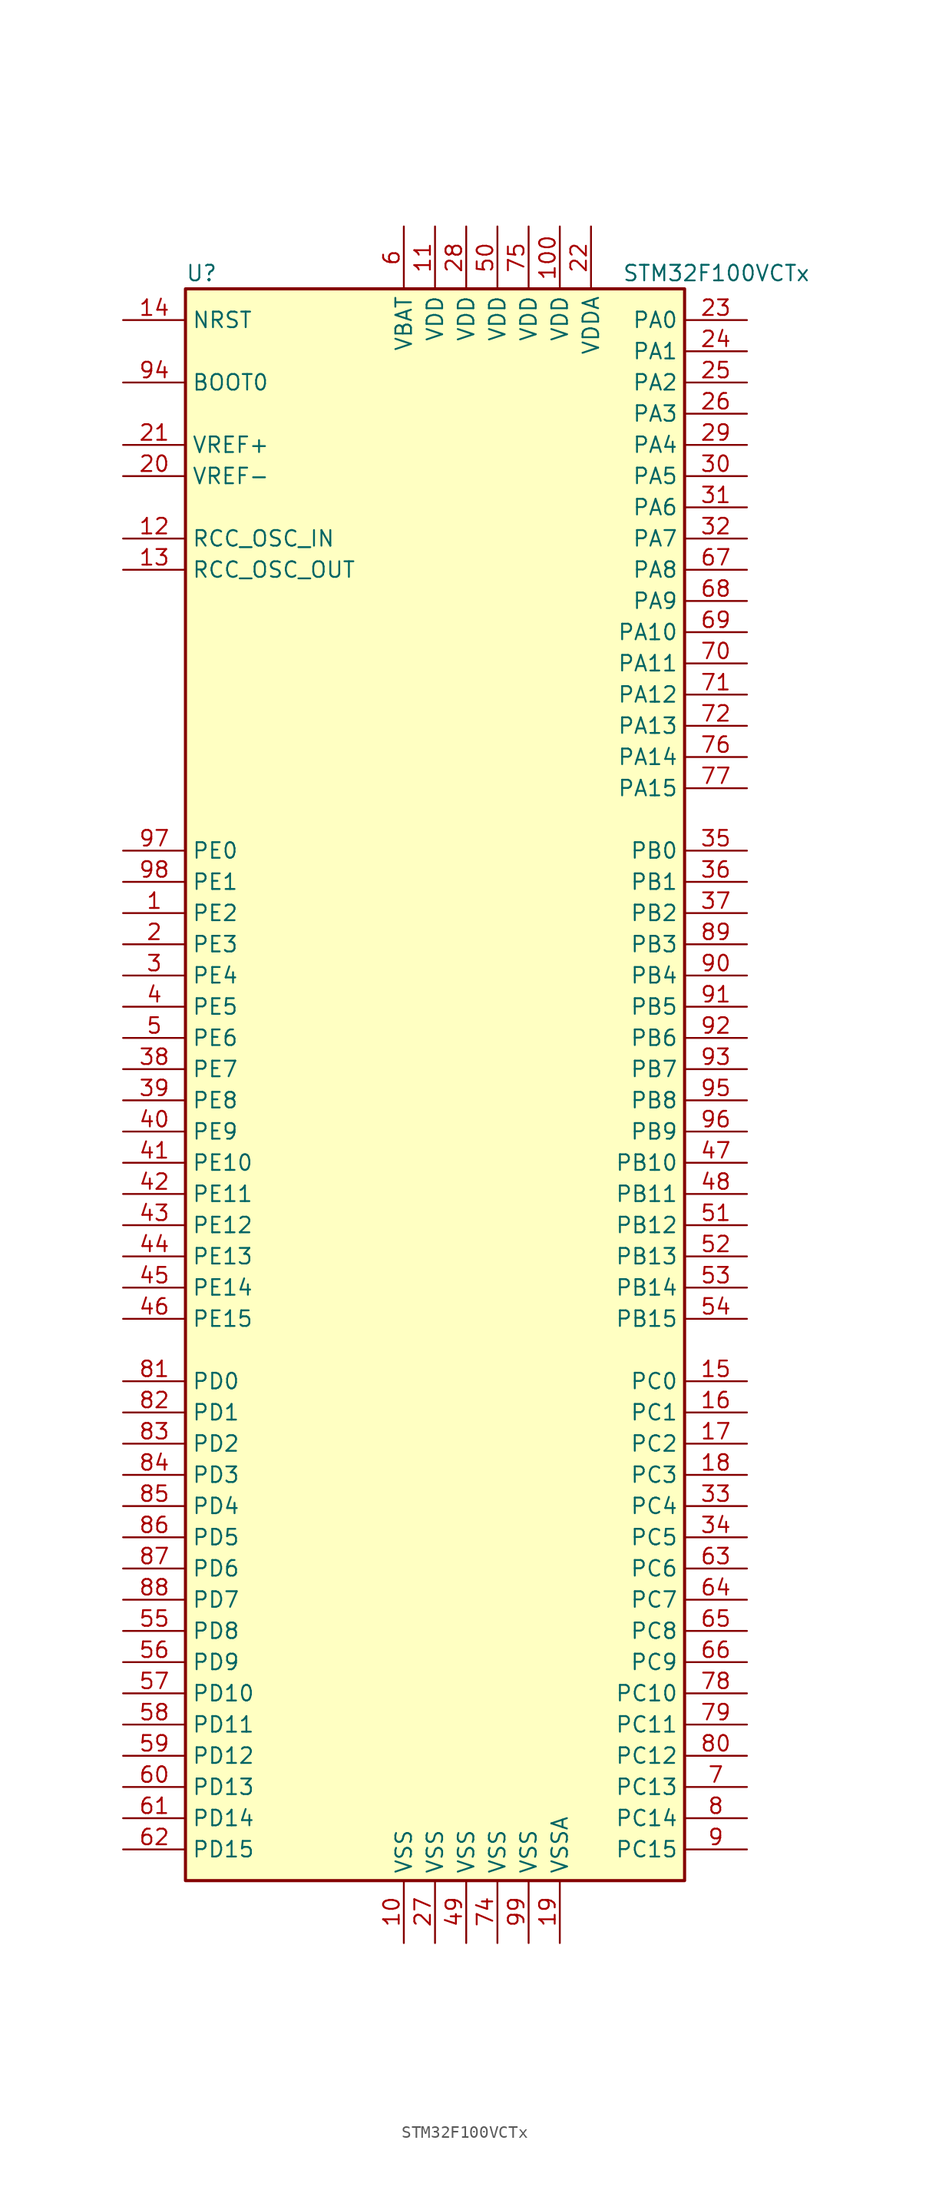
<source format=kicad_sym>
(kicad_symbol_lib
  (version 20201005)
  (generator kicad_symbol_editor)
  (symbol "STM32F100VCTx"
    (property "Reference" "U"
      (at -20.32 64.77 0)
      (effects (font (size 1.27 1.27)) (justify left)))
    (property "Value" "STM32F100VCTx"
      (at 15.24 64.77 0)
      (effects (font (size 1.27 1.27)) (justify left)))
    (symbol "STM32F100VCTx_0_1"
      (rectangle (start -20.32 -66.04) (end 20.32 63.5) (stroke (width 0.254)) (fill (type background))))
    (symbol "STM32F100VCTx_1_1"
      (pin input line (at -25.4 55.88 0) (length 5.08) (name "BOOT0" (effects (font (size 1.27 1.27)))) (number "94" (effects (font (size 1.27 1.27)))))
      (pin no_connect line (at -20.32 -63.5 0) (length 5.08) hide (name "NC" (effects (font (size 1.27 1.27)))) (number "73" (effects (font (size 1.27 1.27)))))
      (pin input line (at -25.4 60.96 0) (length 5.08) (name "NRST" (effects (font (size 1.27 1.27)))) (number "14" (effects (font (size 1.27 1.27)))))
      (pin bidirectional line (at 25.4 60.96 180) (length 5.08) (name "PA0" (effects (font (size 1.27 1.27)))) (number "23" (effects (font (size 1.27 1.27)))))
      (pin bidirectional line (at 25.4 58.42 180) (length 5.08) (name "PA1" (effects (font (size 1.27 1.27)))) (number "24" (effects (font (size 1.27 1.27)))))
      (pin bidirectional line (at 25.4 35.56 180) (length 5.08) (name "PA10" (effects (font (size 1.27 1.27)))) (number "69" (effects (font (size 1.27 1.27)))))
      (pin bidirectional line (at 25.4 33.02 180) (length 5.08) (name "PA11" (effects (font (size 1.27 1.27)))) (number "70" (effects (font (size 1.27 1.27)))))
      (pin bidirectional line (at 25.4 30.48 180) (length 5.08) (name "PA12" (effects (font (size 1.27 1.27)))) (number "71" (effects (font (size 1.27 1.27)))))
      (pin bidirectional line (at 25.4 27.94 180) (length 5.08) (name "PA13" (effects (font (size 1.27 1.27)))) (number "72" (effects (font (size 1.27 1.27)))))
      (pin bidirectional line (at 25.4 25.4 180) (length 5.08) (name "PA14" (effects (font (size 1.27 1.27)))) (number "76" (effects (font (size 1.27 1.27)))))
      (pin bidirectional line (at 25.4 22.86 180) (length 5.08) (name "PA15" (effects (font (size 1.27 1.27)))) (number "77" (effects (font (size 1.27 1.27)))))
      (pin bidirectional line (at 25.4 55.88 180) (length 5.08) (name "PA2" (effects (font (size 1.27 1.27)))) (number "25" (effects (font (size 1.27 1.27)))))
      (pin bidirectional line (at 25.4 53.34 180) (length 5.08) (name "PA3" (effects (font (size 1.27 1.27)))) (number "26" (effects (font (size 1.27 1.27)))))
      (pin bidirectional line (at 25.4 50.8 180) (length 5.08) (name "PA4" (effects (font (size 1.27 1.27)))) (number "29" (effects (font (size 1.27 1.27)))))
      (pin bidirectional line (at 25.4 48.26 180) (length 5.08) (name "PA5" (effects (font (size 1.27 1.27)))) (number "30" (effects (font (size 1.27 1.27)))))
      (pin bidirectional line (at 25.4 45.72 180) (length 5.08) (name "PA6" (effects (font (size 1.27 1.27)))) (number "31" (effects (font (size 1.27 1.27)))))
      (pin bidirectional line (at 25.4 43.18 180) (length 5.08) (name "PA7" (effects (font (size 1.27 1.27)))) (number "32" (effects (font (size 1.27 1.27)))))
      (pin bidirectional line (at 25.4 40.64 180) (length 5.08) (name "PA8" (effects (font (size 1.27 1.27)))) (number "67" (effects (font (size 1.27 1.27)))))
      (pin bidirectional line (at 25.4 38.1 180) (length 5.08) (name "PA9" (effects (font (size 1.27 1.27)))) (number "68" (effects (font (size 1.27 1.27)))))
      (pin bidirectional line (at 25.4 17.78 180) (length 5.08) (name "PB0" (effects (font (size 1.27 1.27)))) (number "35" (effects (font (size 1.27 1.27)))))
      (pin bidirectional line (at 25.4 15.24 180) (length 5.08) (name "PB1" (effects (font (size 1.27 1.27)))) (number "36" (effects (font (size 1.27 1.27)))))
      (pin bidirectional line (at 25.4 -7.62 180) (length 5.08) (name "PB10" (effects (font (size 1.27 1.27)))) (number "47" (effects (font (size 1.27 1.27)))))
      (pin bidirectional line (at 25.4 -10.16 180) (length 5.08) (name "PB11" (effects (font (size 1.27 1.27)))) (number "48" (effects (font (size 1.27 1.27)))))
      (pin bidirectional line (at 25.4 -12.7 180) (length 5.08) (name "PB12" (effects (font (size 1.27 1.27)))) (number "51" (effects (font (size 1.27 1.27)))))
      (pin bidirectional line (at 25.4 -15.24 180) (length 5.08) (name "PB13" (effects (font (size 1.27 1.27)))) (number "52" (effects (font (size 1.27 1.27)))))
      (pin bidirectional line (at 25.4 -17.78 180) (length 5.08) (name "PB14" (effects (font (size 1.27 1.27)))) (number "53" (effects (font (size 1.27 1.27)))))
      (pin bidirectional line (at 25.4 -20.32 180) (length 5.08) (name "PB15" (effects (font (size 1.27 1.27)))) (number "54" (effects (font (size 1.27 1.27)))))
      (pin bidirectional line (at 25.4 12.7 180) (length 5.08) (name "PB2" (effects (font (size 1.27 1.27)))) (number "37" (effects (font (size 1.27 1.27)))))
      (pin bidirectional line (at 25.4 10.16 180) (length 5.08) (name "PB3" (effects (font (size 1.27 1.27)))) (number "89" (effects (font (size 1.27 1.27)))))
      (pin bidirectional line (at 25.4 7.62 180) (length 5.08) (name "PB4" (effects (font (size 1.27 1.27)))) (number "90" (effects (font (size 1.27 1.27)))))
      (pin bidirectional line (at 25.4 5.08 180) (length 5.08) (name "PB5" (effects (font (size 1.27 1.27)))) (number "91" (effects (font (size 1.27 1.27)))))
      (pin bidirectional line (at 25.4 2.54 180) (length 5.08) (name "PB6" (effects (font (size 1.27 1.27)))) (number "92" (effects (font (size 1.27 1.27)))))
      (pin bidirectional line (at 25.4 0 180) (length 5.08) (name "PB7" (effects (font (size 1.27 1.27)))) (number "93" (effects (font (size 1.27 1.27)))))
      (pin bidirectional line (at 25.4 -2.54 180) (length 5.08) (name "PB8" (effects (font (size 1.27 1.27)))) (number "95" (effects (font (size 1.27 1.27)))))
      (pin bidirectional line (at 25.4 -5.08 180) (length 5.08) (name "PB9" (effects (font (size 1.27 1.27)))) (number "96" (effects (font (size 1.27 1.27)))))
      (pin bidirectional line (at 25.4 -25.4 180) (length 5.08) (name "PC0" (effects (font (size 1.27 1.27)))) (number "15" (effects (font (size 1.27 1.27)))))
      (pin bidirectional line (at 25.4 -27.94 180) (length 5.08) (name "PC1" (effects (font (size 1.27 1.27)))) (number "16" (effects (font (size 1.27 1.27)))))
      (pin bidirectional line (at 25.4 -50.8 180) (length 5.08) (name "PC10" (effects (font (size 1.27 1.27)))) (number "78" (effects (font (size 1.27 1.27)))))
      (pin bidirectional line (at 25.4 -53.34 180) (length 5.08) (name "PC11" (effects (font (size 1.27 1.27)))) (number "79" (effects (font (size 1.27 1.27)))))
      (pin bidirectional line (at 25.4 -55.88 180) (length 5.08) (name "PC12" (effects (font (size 1.27 1.27)))) (number "80" (effects (font (size 1.27 1.27)))))
      (pin bidirectional line (at 25.4 -58.42 180) (length 5.08) (name "PC13" (effects (font (size 1.27 1.27)))) (number "7" (effects (font (size 1.27 1.27)))))
      (pin bidirectional line (at 25.4 -60.96 180) (length 5.08) (name "PC14" (effects (font (size 1.27 1.27)))) (number "8" (effects (font (size 1.27 1.27)))))
      (pin bidirectional line (at 25.4 -63.5 180) (length 5.08) (name "PC15" (effects (font (size 1.27 1.27)))) (number "9" (effects (font (size 1.27 1.27)))))
      (pin bidirectional line (at 25.4 -30.48 180) (length 5.08) (name "PC2" (effects (font (size 1.27 1.27)))) (number "17" (effects (font (size 1.27 1.27)))))
      (pin bidirectional line (at 25.4 -33.02 180) (length 5.08) (name "PC3" (effects (font (size 1.27 1.27)))) (number "18" (effects (font (size 1.27 1.27)))))
      (pin bidirectional line (at 25.4 -35.56 180) (length 5.08) (name "PC4" (effects (font (size 1.27 1.27)))) (number "33" (effects (font (size 1.27 1.27)))))
      (pin bidirectional line (at 25.4 -38.1 180) (length 5.08) (name "PC5" (effects (font (size 1.27 1.27)))) (number "34" (effects (font (size 1.27 1.27)))))
      (pin bidirectional line (at 25.4 -40.64 180) (length 5.08) (name "PC6" (effects (font (size 1.27 1.27)))) (number "63" (effects (font (size 1.27 1.27)))))
      (pin bidirectional line (at 25.4 -43.18 180) (length 5.08) (name "PC7" (effects (font (size 1.27 1.27)))) (number "64" (effects (font (size 1.27 1.27)))))
      (pin bidirectional line (at 25.4 -45.72 180) (length 5.08) (name "PC8" (effects (font (size 1.27 1.27)))) (number "65" (effects (font (size 1.27 1.27)))))
      (pin bidirectional line (at 25.4 -48.26 180) (length 5.08) (name "PC9" (effects (font (size 1.27 1.27)))) (number "66" (effects (font (size 1.27 1.27)))))
      (pin bidirectional line (at -25.4 -25.4 0) (length 5.08) (name "PD0" (effects (font (size 1.27 1.27)))) (number "81" (effects (font (size 1.27 1.27)))))
      (pin bidirectional line (at -25.4 -27.94 0) (length 5.08) (name "PD1" (effects (font (size 1.27 1.27)))) (number "82" (effects (font (size 1.27 1.27)))))
      (pin bidirectional line (at -25.4 -50.8 0) (length 5.08) (name "PD10" (effects (font (size 1.27 1.27)))) (number "57" (effects (font (size 1.27 1.27)))))
      (pin bidirectional line (at -25.4 -53.34 0) (length 5.08) (name "PD11" (effects (font (size 1.27 1.27)))) (number "58" (effects (font (size 1.27 1.27)))))
      (pin bidirectional line (at -25.4 -55.88 0) (length 5.08) (name "PD12" (effects (font (size 1.27 1.27)))) (number "59" (effects (font (size 1.27 1.27)))))
      (pin bidirectional line (at -25.4 -58.42 0) (length 5.08) (name "PD13" (effects (font (size 1.27 1.27)))) (number "60" (effects (font (size 1.27 1.27)))))
      (pin bidirectional line (at -25.4 -60.96 0) (length 5.08) (name "PD14" (effects (font (size 1.27 1.27)))) (number "61" (effects (font (size 1.27 1.27)))))
      (pin bidirectional line (at -25.4 -63.5 0) (length 5.08) (name "PD15" (effects (font (size 1.27 1.27)))) (number "62" (effects (font (size 1.27 1.27)))))
      (pin bidirectional line (at -25.4 -30.48 0) (length 5.08) (name "PD2" (effects (font (size 1.27 1.27)))) (number "83" (effects (font (size 1.27 1.27)))))
      (pin bidirectional line (at -25.4 -33.02 0) (length 5.08) (name "PD3" (effects (font (size 1.27 1.27)))) (number "84" (effects (font (size 1.27 1.27)))))
      (pin bidirectional line (at -25.4 -35.56 0) (length 5.08) (name "PD4" (effects (font (size 1.27 1.27)))) (number "85" (effects (font (size 1.27 1.27)))))
      (pin bidirectional line (at -25.4 -38.1 0) (length 5.08) (name "PD5" (effects (font (size 1.27 1.27)))) (number "86" (effects (font (size 1.27 1.27)))))
      (pin bidirectional line (at -25.4 -40.64 0) (length 5.08) (name "PD6" (effects (font (size 1.27 1.27)))) (number "87" (effects (font (size 1.27 1.27)))))
      (pin bidirectional line (at -25.4 -43.18 0) (length 5.08) (name "PD7" (effects (font (size 1.27 1.27)))) (number "88" (effects (font (size 1.27 1.27)))))
      (pin bidirectional line (at -25.4 -45.72 0) (length 5.08) (name "PD8" (effects (font (size 1.27 1.27)))) (number "55" (effects (font (size 1.27 1.27)))))
      (pin bidirectional line (at -25.4 -48.26 0) (length 5.08) (name "PD9" (effects (font (size 1.27 1.27)))) (number "56" (effects (font (size 1.27 1.27)))))
      (pin bidirectional line (at -25.4 17.78 0) (length 5.08) (name "PE0" (effects (font (size 1.27 1.27)))) (number "97" (effects (font (size 1.27 1.27)))))
      (pin bidirectional line (at -25.4 15.24 0) (length 5.08) (name "PE1" (effects (font (size 1.27 1.27)))) (number "98" (effects (font (size 1.27 1.27)))))
      (pin bidirectional line (at -25.4 -7.62 0) (length 5.08) (name "PE10" (effects (font (size 1.27 1.27)))) (number "41" (effects (font (size 1.27 1.27)))))
      (pin bidirectional line (at -25.4 -10.16 0) (length 5.08) (name "PE11" (effects (font (size 1.27 1.27)))) (number "42" (effects (font (size 1.27 1.27)))))
      (pin bidirectional line (at -25.4 -12.7 0) (length 5.08) (name "PE12" (effects (font (size 1.27 1.27)))) (number "43" (effects (font (size 1.27 1.27)))))
      (pin bidirectional line (at -25.4 -15.24 0) (length 5.08) (name "PE13" (effects (font (size 1.27 1.27)))) (number "44" (effects (font (size 1.27 1.27)))))
      (pin bidirectional line (at -25.4 -17.78 0) (length 5.08) (name "PE14" (effects (font (size 1.27 1.27)))) (number "45" (effects (font (size 1.27 1.27)))))
      (pin bidirectional line (at -25.4 -20.32 0) (length 5.08) (name "PE15" (effects (font (size 1.27 1.27)))) (number "46" (effects (font (size 1.27 1.27)))))
      (pin bidirectional line (at -25.4 12.7 0) (length 5.08) (name "PE2" (effects (font (size 1.27 1.27)))) (number "1" (effects (font (size 1.27 1.27)))))
      (pin bidirectional line (at -25.4 10.16 0) (length 5.08) (name "PE3" (effects (font (size 1.27 1.27)))) (number "2" (effects (font (size 1.27 1.27)))))
      (pin bidirectional line (at -25.4 7.62 0) (length 5.08) (name "PE4" (effects (font (size 1.27 1.27)))) (number "3" (effects (font (size 1.27 1.27)))))
      (pin bidirectional line (at -25.4 5.08 0) (length 5.08) (name "PE5" (effects (font (size 1.27 1.27)))) (number "4" (effects (font (size 1.27 1.27)))))
      (pin bidirectional line (at -25.4 2.54 0) (length 5.08) (name "PE6" (effects (font (size 1.27 1.27)))) (number "5" (effects (font (size 1.27 1.27)))))
      (pin bidirectional line (at -25.4 0 0) (length 5.08) (name "PE7" (effects (font (size 1.27 1.27)))) (number "38" (effects (font (size 1.27 1.27)))))
      (pin bidirectional line (at -25.4 -2.54 0) (length 5.08) (name "PE8" (effects (font (size 1.27 1.27)))) (number "39" (effects (font (size 1.27 1.27)))))
      (pin bidirectional line (at -25.4 -5.08 0) (length 5.08) (name "PE9" (effects (font (size 1.27 1.27)))) (number "40" (effects (font (size 1.27 1.27)))))
      (pin input line (at -25.4 43.18 0) (length 5.08) (name "RCC_OSC_IN" (effects (font (size 1.27 1.27)))) (number "12" (effects (font (size 1.27 1.27)))))
      (pin input line (at -25.4 40.64 0) (length 5.08) (name "RCC_OSC_OUT" (effects (font (size 1.27 1.27)))) (number "13" (effects (font (size 1.27 1.27)))))
      (pin power_in line (at -2.54 68.58 270) (length 5.08) (name "VBAT" (effects (font (size 1.27 1.27)))) (number "6" (effects (font (size 1.27 1.27)))))
      (pin power_in line (at 10.16 68.58 270) (length 5.08) (name "VDD" (effects (font (size 1.27 1.27)))) (number "100" (effects (font (size 1.27 1.27)))))
      (pin power_in line (at 0 68.58 270) (length 5.08) (name "VDD" (effects (font (size 1.27 1.27)))) (number "11" (effects (font (size 1.27 1.27)))))
      (pin power_in line (at 2.54 68.58 270) (length 5.08) (name "VDD" (effects (font (size 1.27 1.27)))) (number "28" (effects (font (size 1.27 1.27)))))
      (pin power_in line (at 5.08 68.58 270) (length 5.08) (name "VDD" (effects (font (size 1.27 1.27)))) (number "50" (effects (font (size 1.27 1.27)))))
      (pin power_in line (at 7.62 68.58 270) (length 5.08) (name "VDD" (effects (font (size 1.27 1.27)))) (number "75" (effects (font (size 1.27 1.27)))))
      (pin power_in line (at 12.7 68.58 270) (length 5.08) (name "VDDA" (effects (font (size 1.27 1.27)))) (number "22" (effects (font (size 1.27 1.27)))))
      (pin power_in line (at -25.4 50.8 0) (length 5.08) (name "VREF+" (effects (font (size 1.27 1.27)))) (number "21" (effects (font (size 1.27 1.27)))))
      (pin power_in line (at -25.4 48.26 0) (length 5.08) (name "VREF-" (effects (font (size 1.27 1.27)))) (number "20" (effects (font (size 1.27 1.27)))))
      (pin power_in line (at -2.54 -71.12 90) (length 5.08) (name "VSS" (effects (font (size 1.27 1.27)))) (number "10" (effects (font (size 1.27 1.27)))))
      (pin power_in line (at 0 -71.12 90) (length 5.08) (name "VSS" (effects (font (size 1.27 1.27)))) (number "27" (effects (font (size 1.27 1.27)))))
      (pin power_in line (at 2.54 -71.12 90) (length 5.08) (name "VSS" (effects (font (size 1.27 1.27)))) (number "49" (effects (font (size 1.27 1.27)))))
      (pin power_in line (at 5.08 -71.12 90) (length 5.08) (name "VSS" (effects (font (size 1.27 1.27)))) (number "74" (effects (font (size 1.27 1.27)))))
      (pin power_in line (at 7.62 -71.12 90) (length 5.08) (name "VSS" (effects (font (size 1.27 1.27)))) (number "99" (effects (font (size 1.27 1.27)))))
      (pin power_in line (at 10.16 -71.12 90) (length 5.08) (name "VSSA" (effects (font (size 1.27 1.27)))) (number "19" (effects (font (size 1.27 1.27))))))))
</source>
